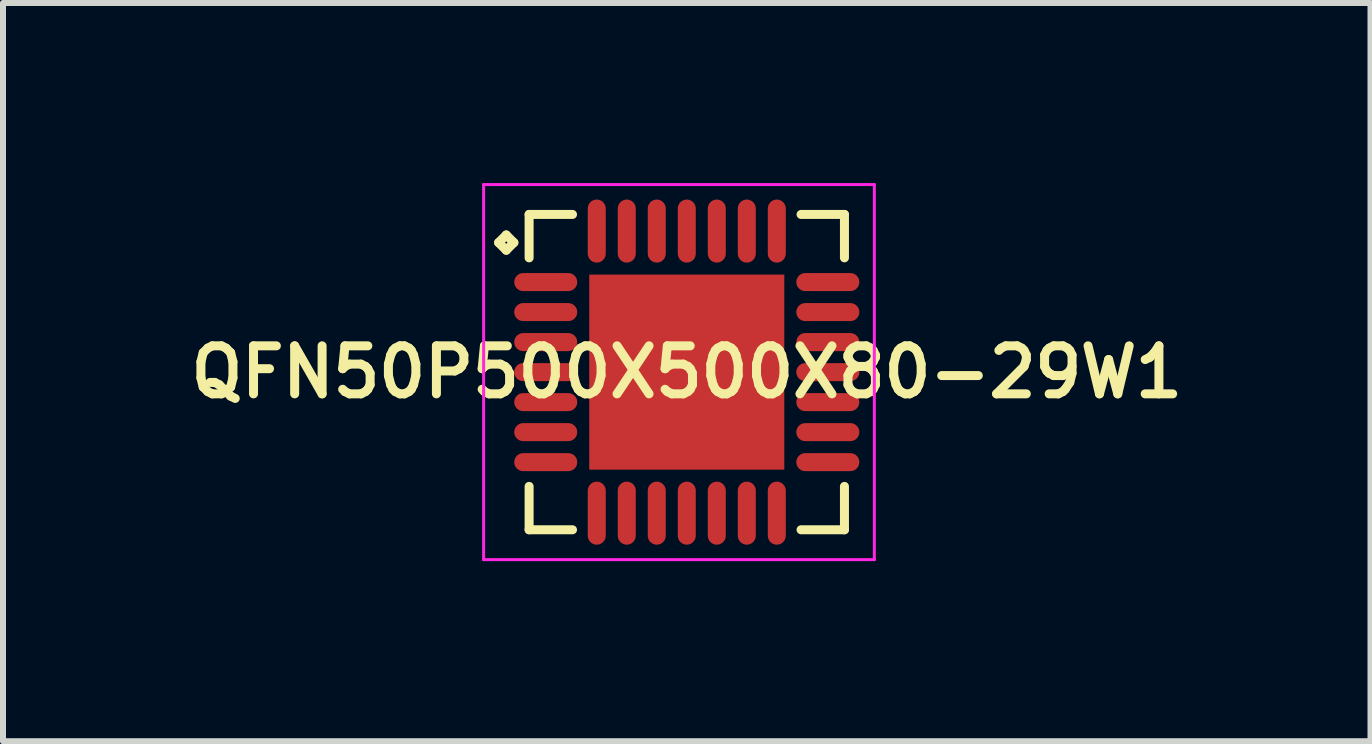
<source format=kicad_pcb>
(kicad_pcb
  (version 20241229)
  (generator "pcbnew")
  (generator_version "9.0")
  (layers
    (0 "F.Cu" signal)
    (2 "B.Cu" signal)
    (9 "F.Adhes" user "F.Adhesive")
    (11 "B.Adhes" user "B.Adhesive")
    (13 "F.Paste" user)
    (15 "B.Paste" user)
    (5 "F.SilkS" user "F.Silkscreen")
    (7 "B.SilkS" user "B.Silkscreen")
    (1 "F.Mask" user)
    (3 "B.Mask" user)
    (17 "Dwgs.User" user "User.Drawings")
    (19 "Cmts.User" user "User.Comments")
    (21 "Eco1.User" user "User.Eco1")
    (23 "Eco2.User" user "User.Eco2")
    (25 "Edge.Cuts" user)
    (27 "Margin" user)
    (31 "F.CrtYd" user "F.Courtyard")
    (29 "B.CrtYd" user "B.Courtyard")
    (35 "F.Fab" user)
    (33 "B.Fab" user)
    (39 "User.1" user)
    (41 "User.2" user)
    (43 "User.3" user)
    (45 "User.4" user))
  (footprint "QFN50P500X500X80-29W1"
    (layer "F.Cu")
    (at 8.393 3.15)
    (property "Reference" "QFN50P500X500X80-29W1" (at 0 0 0) (layer "F.SilkS") (effects (font (size 0.8 0.8) (thickness 0.15))))
    (attr smd)
    (fp_line (start -3.135 -2.158) (end -3.008 -2.285) (stroke (width 0.15) (type solid)) (layer "F.SilkS"))
    (fp_line (start -3.008 -2.285) (end -2.881 -2.158) (stroke (width 0.15) (type solid)) (layer "F.SilkS"))
    (fp_line (start -3.008 -2.031) (end -3.135 -2.158) (stroke (width 0.15) (type solid)) (layer "F.SilkS"))
    (fp_line (start -2.881 -2.158) (end -3.008 -2.031) (stroke (width 0.15) (type solid)) (layer "F.SilkS"))
    (fp_line (start -2.627 -2.627) (end -1.904 -2.627) (stroke (width 0.15) (type solid)) (layer "F.SilkS"))
    (fp_line (start -2.627 -1.904) (end -2.627 -2.627) (stroke (width 0.15) (type solid)) (layer "F.SilkS"))
    (fp_line (start -2.627 1.904) (end -2.627 2.627) (stroke (width 0.15) (type solid)) (layer "F.SilkS"))
    (fp_line (start -2.627 2.627) (end -1.904 2.627) (stroke (width 0.15) (type solid)) (layer "F.SilkS"))
    (fp_line (start 1.904 -2.627) (end 2.627 -2.627) (stroke (width 0.15) (type solid)) (layer "F.SilkS"))
    (fp_line (start 1.904 2.627) (end 2.627 2.627) (stroke (width 0.15) (type solid)) (layer "F.SilkS"))
    (fp_line (start 2.627 -2.627) (end 2.627 -1.904) (stroke (width 0.15) (type solid)) (layer "F.SilkS"))
    (fp_line (start 2.627 2.627) (end 2.627 1.904) (stroke (width 0.15) (type solid)) (layer "F.SilkS"))
    (fp_line (start -3.385 -3.125) (end 3.125 -3.125) (stroke (width 0.05) (type solid)) (layer "F.CrtYd"))
    (fp_line (start -3.385 3.125) (end -3.385 -3.125) (stroke (width 0.05) (type solid)) (layer "F.CrtYd"))
    (fp_line (start 3.125 -3.125) (end 3.125 3.125) (stroke (width 0.05) (type solid)) (layer "F.CrtYd"))
    (fp_line (start 3.125 3.125) (end -3.385 3.125) (stroke (width 0.05) (type solid)) (layer "F.CrtYd"))
    (pad "1" smd oval (at -2.35 -1.5) (size 1.05 0.3) (layers "F.Cu" "F.Mask" "F.Paste"))
    (pad "2" smd oval (at -2.35 -1) (size 1.05 0.3) (layers "F.Cu" "F.Mask" "F.Paste"))
    (pad "3" smd oval (at -2.35 -0.5) (size 1.05 0.3) (layers "F.Cu" "F.Mask" "F.Paste"))
    (pad "4" smd oval (at -2.35 0) (size 1.05 0.3) (layers "F.Cu" "F.Mask" "F.Paste"))
    (pad "5" smd oval (at -2.35 0.5) (size 1.05 0.3) (layers "F.Cu" "F.Mask" "F.Paste"))
    (pad "6" smd oval (at -2.35 1) (size 1.05 0.3) (layers "F.Cu" "F.Mask" "F.Paste"))
    (pad "7" smd oval (at -2.35 1.5) (size 1.05 0.3) (layers "F.Cu" "F.Mask" "F.Paste"))
    (pad "8" smd oval (at -1.5 2.35) (size 0.3 1.05) (layers "F.Cu" "F.Mask" "F.Paste"))
    (pad "9" smd oval (at -1 2.35) (size 0.3 1.05) (layers "F.Cu" "F.Mask" "F.Paste"))
    (pad "10" smd oval (at -0.5 2.35) (size 0.3 1.05) (layers "F.Cu" "F.Mask" "F.Paste"))
    (pad "11" smd oval (at 0 2.35) (size 0.3 1.05) (layers "F.Cu" "F.Mask" "F.Paste"))
    (pad "12" smd oval (at 0.5 2.35) (size 0.3 1.05) (layers "F.Cu" "F.Mask" "F.Paste"))
    (pad "13" smd oval (at 1 2.35) (size 0.3 1.05) (layers "F.Cu" "F.Mask" "F.Paste"))
    (pad "14" smd oval (at 1.5 2.35) (size 0.3 1.05) (layers "F.Cu" "F.Mask" "F.Paste"))
    (pad "15" smd oval (at 2.35 1.5) (size 1.05 0.3) (layers "F.Cu" "F.Mask" "F.Paste"))
    (pad "16" smd oval (at 2.35 1) (size 1.05 0.3) (layers "F.Cu" "F.Mask" "F.Paste"))
    (pad "17" smd oval (at 2.35 0.5) (size 1.05 0.3) (layers "F.Cu" "F.Mask" "F.Paste"))
    (pad "18" smd oval (at 2.35 0) (size 1.05 0.3) (layers "F.Cu" "F.Mask" "F.Paste"))
    (pad "19" smd oval (at 2.35 -0.5) (size 1.05 0.3) (layers "F.Cu" "F.Mask" "F.Paste"))
    (pad "20" smd oval (at 2.35 -1) (size 1.05 0.3) (layers "F.Cu" "F.Mask" "F.Paste"))
    (pad "21" smd oval (at 2.35 -1.5) (size 1.05 0.3) (layers "F.Cu" "F.Mask" "F.Paste"))
    (pad "22" smd oval (at 1.5 -2.35) (size 0.3 1.05) (layers "F.Cu" "F.Mask" "F.Paste"))
    (pad "23" smd oval (at 1 -2.35) (size 0.3 1.05) (layers "F.Cu" "F.Mask" "F.Paste"))
    (pad "24" smd oval (at 0.5 -2.35) (size 0.3 1.05) (layers "F.Cu" "F.Mask" "F.Paste"))
    (pad "25" smd oval (at 0 -2.35) (size 0.3 1.05) (layers "F.Cu" "F.Mask" "F.Paste"))
    (pad "26" smd oval (at -0.5 -2.35) (size 0.3 1.05) (layers "F.Cu" "F.Mask" "F.Paste"))
    (pad "27" smd oval (at -1 -2.35) (size 0.3 1.05) (layers "F.Cu" "F.Mask" "F.Paste"))
    (pad "28" smd oval (at -1.5 -2.35) (size 0.3 1.05) (layers "F.Cu" "F.Mask" "F.Paste"))
    (pad "29" smd rect (at 0 0) (size 3.25 3.25) (layers "F.Cu" "F.Mask" "F.Paste")))
  (gr_rect
    (start -3 -3)
    (end 19.785 9.3)
    (stroke (width 0.1) (type default))
    (fill no)
    (layer "Edge.Cuts")))
</source>
